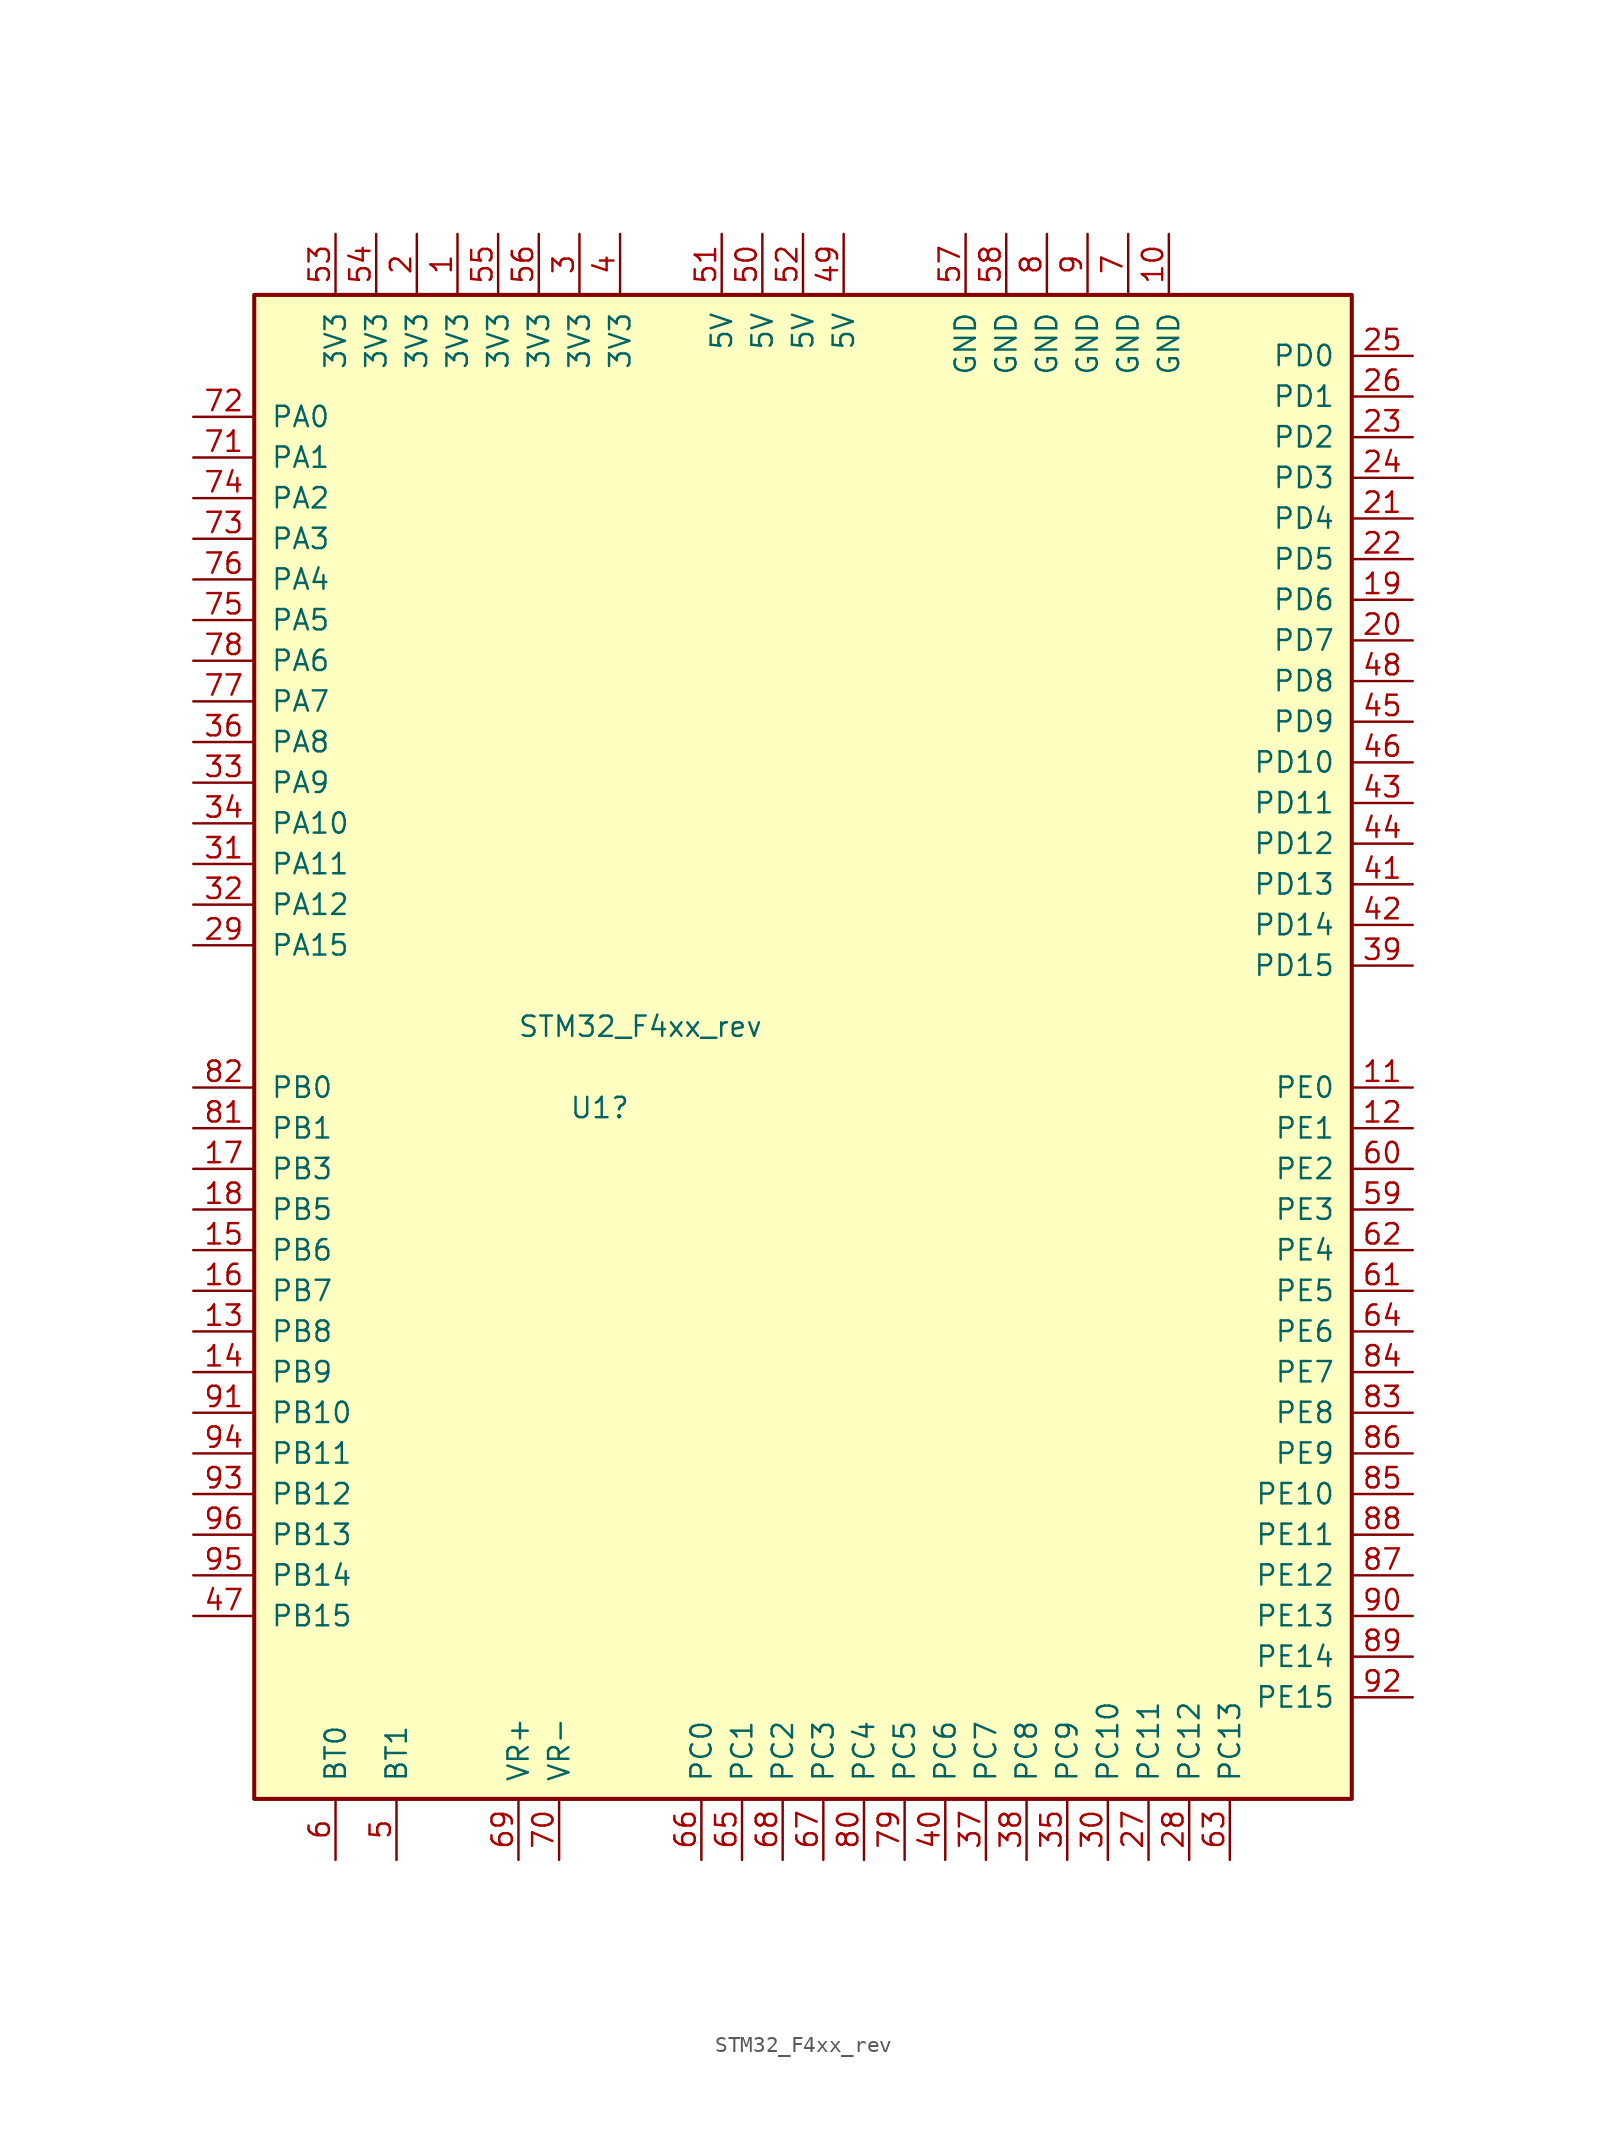
<source format=kicad_sym>
(kicad_symbol_lib
  (version 20220914)
  (generator kicad_symbol_editor)
  (symbol "STM32_F4xx_rev"
    (pin_names
      (offset 1.016))
    (property "Reference" "U1"
      (at -1.27 -3.81 0)
      (effects (font (size 1.27 1.27))))
    (property "Value" "STM32_F4xx_rev"
      (at 1.27 1.27 0)
      (effects (font (size 1.27 1.27))))
    (symbol "STM32_F4xx_rev_1_1"
      (rectangle (start -22.86 -46.99) (end 45.72 46.99) (stroke (width 0.254) (type solid)) (fill (type background)))
      (pin power_in line (at -10.16 50.8 270) (length 3.81) (name "3V3" (effects (font (size 1.27 1.27)))) (number "1" (effects (font (size 1.27 1.27)))))
      (pin power_in line (at 34.29 50.8 270) (length 3.81) (name "GND" (effects (font (size 1.27 1.27)))) (number "10" (effects (font (size 1.27 1.27)))))
      (pin bidirectional line (at 49.53 -2.54 180) (length 3.81) (name "PE0" (effects (font (size 1.27 1.27)))) (number "11" (effects (font (size 1.27 1.27)))))
      (pin bidirectional line (at 49.53 -5.08 180) (length 3.81) (name "PE1" (effects (font (size 1.27 1.27)))) (number "12" (effects (font (size 1.27 1.27)))))
      (pin bidirectional line (at -26.67 -17.78 0) (length 3.81) (name "PB8" (effects (font (size 1.27 1.27)))) (number "13" (effects (font (size 1.27 1.27)))))
      (pin bidirectional line (at -26.67 -20.32 0) (length 3.81) (name "PB9" (effects (font (size 1.27 1.27)))) (number "14" (effects (font (size 1.27 1.27)))))
      (pin bidirectional line (at -26.67 -12.7 0) (length 3.81) (name "PB6" (effects (font (size 1.27 1.27)))) (number "15" (effects (font (size 1.27 1.27)))))
      (pin bidirectional line (at -26.67 -15.24 0) (length 3.81) (name "PB7" (effects (font (size 1.27 1.27)))) (number "16" (effects (font (size 1.27 1.27)))))
      (pin bidirectional line (at -26.67 -7.62 0) (length 3.81) (name "PB3" (effects (font (size 1.27 1.27)))) (number "17" (effects (font (size 1.27 1.27)))))
      (pin bidirectional line (at -26.67 -10.16 0) (length 3.81) (name "PB5" (effects (font (size 1.27 1.27)))) (number "18" (effects (font (size 1.27 1.27)))))
      (pin bidirectional line (at 49.53 27.94 180) (length 3.81) (name "PD6" (effects (font (size 1.27 1.27)))) (number "19" (effects (font (size 1.27 1.27)))))
      (pin power_in line (at -12.7 50.8 270) (length 3.81) (name "3V3" (effects (font (size 1.27 1.27)))) (number "2" (effects (font (size 1.27 1.27)))))
      (pin bidirectional line (at 49.53 25.4 180) (length 3.81) (name "PD7" (effects (font (size 1.27 1.27)))) (number "20" (effects (font (size 1.27 1.27)))))
      (pin bidirectional line (at 49.53 33.02 180) (length 3.81) (name "PD4" (effects (font (size 1.27 1.27)))) (number "21" (effects (font (size 1.27 1.27)))))
      (pin bidirectional line (at 49.53 30.48 180) (length 3.81) (name "PD5" (effects (font (size 1.27 1.27)))) (number "22" (effects (font (size 1.27 1.27)))))
      (pin bidirectional line (at 49.53 38.1 180) (length 3.81) (name "PD2" (effects (font (size 1.27 1.27)))) (number "23" (effects (font (size 1.27 1.27)))))
      (pin bidirectional line (at 49.53 35.56 180) (length 3.81) (name "PD3" (effects (font (size 1.27 1.27)))) (number "24" (effects (font (size 1.27 1.27)))))
      (pin bidirectional line (at 49.53 43.18 180) (length 3.81) (name "PD0" (effects (font (size 1.27 1.27)))) (number "25" (effects (font (size 1.27 1.27)))))
      (pin bidirectional line (at 49.53 40.64 180) (length 3.81) (name "PD1" (effects (font (size 1.27 1.27)))) (number "26" (effects (font (size 1.27 1.27)))))
      (pin bidirectional line (at 33.02 -50.8 90) (length 3.81) (name "PC11" (effects (font (size 1.27 1.27)))) (number "27" (effects (font (size 1.27 1.27)))))
      (pin bidirectional line (at 35.56 -50.8 90) (length 3.81) (name "PC12" (effects (font (size 1.27 1.27)))) (number "28" (effects (font (size 1.27 1.27)))))
      (pin bidirectional line (at -26.67 6.35 0) (length 3.81) (name "PA15" (effects (font (size 1.27 1.27)))) (number "29" (effects (font (size 1.27 1.27)))))
      (pin power_in line (at -2.54 50.8 270) (length 3.81) (name "3V3" (effects (font (size 1.27 1.27)))) (number "3" (effects (font (size 1.27 1.27)))))
      (pin bidirectional line (at 30.48 -50.8 90) (length 3.81) (name "PC10" (effects (font (size 1.27 1.27)))) (number "30" (effects (font (size 1.27 1.27)))))
      (pin bidirectional line (at -26.67 11.43 0) (length 3.81) (name "PA11" (effects (font (size 1.27 1.27)))) (number "31" (effects (font (size 1.27 1.27)))))
      (pin bidirectional line (at -26.67 8.89 0) (length 3.81) (name "PA12" (effects (font (size 1.27 1.27)))) (number "32" (effects (font (size 1.27 1.27)))))
      (pin bidirectional line (at -26.67 16.51 0) (length 3.81) (name "PA9" (effects (font (size 1.27 1.27)))) (number "33" (effects (font (size 1.27 1.27)))))
      (pin bidirectional line (at -26.67 13.97 0) (length 3.81) (name "PA10" (effects (font (size 1.27 1.27)))) (number "34" (effects (font (size 1.27 1.27)))))
      (pin bidirectional line (at 27.94 -50.8 90) (length 3.81) (name "PC9" (effects (font (size 1.27 1.27)))) (number "35" (effects (font (size 1.27 1.27)))))
      (pin bidirectional line (at -26.67 19.05 0) (length 3.81) (name "PA8" (effects (font (size 1.27 1.27)))) (number "36" (effects (font (size 1.27 1.27)))))
      (pin bidirectional line (at 22.86 -50.8 90) (length 3.81) (name "PC7" (effects (font (size 1.27 1.27)))) (number "37" (effects (font (size 1.27 1.27)))))
      (pin bidirectional line (at 25.4 -50.8 90) (length 3.81) (name "PC8" (effects (font (size 1.27 1.27)))) (number "38" (effects (font (size 1.27 1.27)))))
      (pin bidirectional line (at 49.53 5.08 180) (length 3.81) (name "PD15" (effects (font (size 1.27 1.27)))) (number "39" (effects (font (size 1.27 1.27)))))
      (pin power_in line (at 0 50.8 270) (length 3.81) (name "3V3" (effects (font (size 1.27 1.27)))) (number "4" (effects (font (size 1.27 1.27)))))
      (pin bidirectional line (at 20.32 -50.8 90) (length 3.81) (name "PC6" (effects (font (size 1.27 1.27)))) (number "40" (effects (font (size 1.27 1.27)))))
      (pin bidirectional line (at 49.53 10.16 180) (length 3.81) (name "PD13" (effects (font (size 1.27 1.27)))) (number "41" (effects (font (size 1.27 1.27)))))
      (pin bidirectional line (at 49.53 7.62 180) (length 3.81) (name "PD14" (effects (font (size 1.27 1.27)))) (number "42" (effects (font (size 1.27 1.27)))))
      (pin bidirectional line (at 49.53 15.24 180) (length 3.81) (name "PD11" (effects (font (size 1.27 1.27)))) (number "43" (effects (font (size 1.27 1.27)))))
      (pin bidirectional line (at 49.53 12.7 180) (length 3.81) (name "PD12" (effects (font (size 1.27 1.27)))) (number "44" (effects (font (size 1.27 1.27)))))
      (pin bidirectional line (at 49.53 20.32 180) (length 3.81) (name "PD9" (effects (font (size 1.27 1.27)))) (number "45" (effects (font (size 1.27 1.27)))))
      (pin bidirectional line (at 49.53 17.78 180) (length 3.81) (name "PD10" (effects (font (size 1.27 1.27)))) (number "46" (effects (font (size 1.27 1.27)))))
      (pin bidirectional line (at -26.67 -35.56 0) (length 3.81) (name "PB15" (effects (font (size 1.27 1.27)))) (number "47" (effects (font (size 1.27 1.27)))))
      (pin bidirectional line (at 49.53 22.86 180) (length 3.81) (name "PD8" (effects (font (size 1.27 1.27)))) (number "48" (effects (font (size 1.27 1.27)))))
      (pin power_in line (at 13.97 50.8 270) (length 3.81) (name "5V" (effects (font (size 1.27 1.27)))) (number "49" (effects (font (size 1.27 1.27)))))
      (pin input line (at -13.97 -50.8 90) (length 3.81) (name "BT1" (effects (font (size 1.27 1.27)))) (number "5" (effects (font (size 1.27 1.27)))))
      (pin power_in line (at 8.89 50.8 270) (length 3.81) (name "5V" (effects (font (size 1.27 1.27)))) (number "50" (effects (font (size 1.27 1.27)))))
      (pin power_in line (at 6.35 50.8 270) (length 3.81) (name "5V" (effects (font (size 1.27 1.27)))) (number "51" (effects (font (size 1.27 1.27)))))
      (pin power_in line (at 11.43 50.8 270) (length 3.81) (name "5V" (effects (font (size 1.27 1.27)))) (number "52" (effects (font (size 1.27 1.27)))))
      (pin power_in line (at -17.78 50.8 270) (length 3.81) (name "3V3" (effects (font (size 1.27 1.27)))) (number "53" (effects (font (size 1.27 1.27)))))
      (pin power_in line (at -15.24 50.8 270) (length 3.81) (name "3V3" (effects (font (size 1.27 1.27)))) (number "54" (effects (font (size 1.27 1.27)))))
      (pin power_in line (at -7.62 50.8 270) (length 3.81) (name "3V3" (effects (font (size 1.27 1.27)))) (number "55" (effects (font (size 1.27 1.27)))))
      (pin power_in line (at -5.08 50.8 270) (length 3.81) (name "3V3" (effects (font (size 1.27 1.27)))) (number "56" (effects (font (size 1.27 1.27)))))
      (pin power_in line (at 21.59 50.8 270) (length 3.81) (name "GND" (effects (font (size 1.27 1.27)))) (number "57" (effects (font (size 1.27 1.27)))))
      (pin power_in line (at 24.13 50.8 270) (length 3.81) (name "GND" (effects (font (size 1.27 1.27)))) (number "58" (effects (font (size 1.27 1.27)))))
      (pin bidirectional line (at 49.53 -10.16 180) (length 3.81) (name "PE3" (effects (font (size 1.27 1.27)))) (number "59" (effects (font (size 1.27 1.27)))))
      (pin input line (at -17.78 -50.8 90) (length 3.81) (name "BT0" (effects (font (size 1.27 1.27)))) (number "6" (effects (font (size 1.27 1.27)))))
      (pin bidirectional line (at 49.53 -7.62 180) (length 3.81) (name "PE2" (effects (font (size 1.27 1.27)))) (number "60" (effects (font (size 1.27 1.27)))))
      (pin bidirectional line (at 49.53 -15.24 180) (length 3.81) (name "PE5" (effects (font (size 1.27 1.27)))) (number "61" (effects (font (size 1.27 1.27)))))
      (pin bidirectional line (at 49.53 -12.7 180) (length 3.81) (name "PE4" (effects (font (size 1.27 1.27)))) (number "62" (effects (font (size 1.27 1.27)))))
      (pin bidirectional line (at 38.1 -50.8 90) (length 3.81) (name "PC13" (effects (font (size 1.27 1.27)))) (number "63" (effects (font (size 1.27 1.27)))))
      (pin bidirectional line (at 49.53 -17.78 180) (length 3.81) (name "PE6" (effects (font (size 1.27 1.27)))) (number "64" (effects (font (size 1.27 1.27)))))
      (pin bidirectional line (at 7.62 -50.8 90) (length 3.81) (name "PC1" (effects (font (size 1.27 1.27)))) (number "65" (effects (font (size 1.27 1.27)))))
      (pin bidirectional line (at 5.08 -50.8 90) (length 3.81) (name "PC0" (effects (font (size 1.27 1.27)))) (number "66" (effects (font (size 1.27 1.27)))))
      (pin bidirectional line (at 12.7 -50.8 90) (length 3.81) (name "PC3" (effects (font (size 1.27 1.27)))) (number "67" (effects (font (size 1.27 1.27)))))
      (pin bidirectional line (at 10.16 -50.8 90) (length 3.81) (name "PC2" (effects (font (size 1.27 1.27)))) (number "68" (effects (font (size 1.27 1.27)))))
      (pin input line (at -6.35 -50.8 90) (length 3.81) (name "VR+" (effects (font (size 1.27 1.27)))) (number "69" (effects (font (size 1.27 1.27)))))
      (pin power_in line (at 31.75 50.8 270) (length 3.81) (name "GND" (effects (font (size 1.27 1.27)))) (number "7" (effects (font (size 1.27 1.27)))))
      (pin input line (at -3.81 -50.8 90) (length 3.81) (name "VR-" (effects (font (size 1.27 1.27)))) (number "70" (effects (font (size 1.27 1.27)))))
      (pin bidirectional line (at -26.67 36.83 0) (length 3.81) (name "PA1" (effects (font (size 1.27 1.27)))) (number "71" (effects (font (size 1.27 1.27)))))
      (pin bidirectional line (at -26.67 39.37 0) (length 3.81) (name "PA0" (effects (font (size 1.27 1.27)))) (number "72" (effects (font (size 1.27 1.27)))))
      (pin bidirectional line (at -26.67 31.75 0) (length 3.81) (name "PA3" (effects (font (size 1.27 1.27)))) (number "73" (effects (font (size 1.27 1.27)))))
      (pin bidirectional line (at -26.67 34.29 0) (length 3.81) (name "PA2" (effects (font (size 1.27 1.27)))) (number "74" (effects (font (size 1.27 1.27)))))
      (pin bidirectional line (at -26.67 26.67 0) (length 3.81) (name "PA5" (effects (font (size 1.27 1.27)))) (number "75" (effects (font (size 1.27 1.27)))))
      (pin bidirectional line (at -26.67 29.21 0) (length 3.81) (name "PA4" (effects (font (size 1.27 1.27)))) (number "76" (effects (font (size 1.27 1.27)))))
      (pin bidirectional line (at -26.67 21.59 0) (length 3.81) (name "PA7" (effects (font (size 1.27 1.27)))) (number "77" (effects (font (size 1.27 1.27)))))
      (pin bidirectional line (at -26.67 24.13 0) (length 3.81) (name "PA6" (effects (font (size 1.27 1.27)))) (number "78" (effects (font (size 1.27 1.27)))))
      (pin bidirectional line (at 17.78 -50.8 90) (length 3.81) (name "PC5" (effects (font (size 1.27 1.27)))) (number "79" (effects (font (size 1.27 1.27)))))
      (pin power_in line (at 26.67 50.8 270) (length 3.81) (name "GND" (effects (font (size 1.27 1.27)))) (number "8" (effects (font (size 1.27 1.27)))))
      (pin bidirectional line (at 15.24 -50.8 90) (length 3.81) (name "PC4" (effects (font (size 1.27 1.27)))) (number "80" (effects (font (size 1.27 1.27)))))
      (pin bidirectional line (at -26.67 -5.08 0) (length 3.81) (name "PB1" (effects (font (size 1.27 1.27)))) (number "81" (effects (font (size 1.27 1.27)))))
      (pin bidirectional line (at -26.67 -2.54 0) (length 3.81) (name "PB0" (effects (font (size 1.27 1.27)))) (number "82" (effects (font (size 1.27 1.27)))))
      (pin bidirectional line (at 49.53 -22.86 180) (length 3.81) (name "PE8" (effects (font (size 1.27 1.27)))) (number "83" (effects (font (size 1.27 1.27)))))
      (pin bidirectional line (at 49.53 -20.32 180) (length 3.81) (name "PE7" (effects (font (size 1.27 1.27)))) (number "84" (effects (font (size 1.27 1.27)))))
      (pin bidirectional line (at 49.53 -27.94 180) (length 3.81) (name "PE10" (effects (font (size 1.27 1.27)))) (number "85" (effects (font (size 1.27 1.27)))))
      (pin bidirectional line (at 49.53 -25.4 180) (length 3.81) (name "PE9" (effects (font (size 1.27 1.27)))) (number "86" (effects (font (size 1.27 1.27)))))
      (pin bidirectional line (at 49.53 -33.02 180) (length 3.81) (name "PE12" (effects (font (size 1.27 1.27)))) (number "87" (effects (font (size 1.27 1.27)))))
      (pin bidirectional line (at 49.53 -30.48 180) (length 3.81) (name "PE11" (effects (font (size 1.27 1.27)))) (number "88" (effects (font (size 1.27 1.27)))))
      (pin bidirectional line (at 49.53 -38.1 180) (length 3.81) (name "PE14" (effects (font (size 1.27 1.27)))) (number "89" (effects (font (size 1.27 1.27)))))
      (pin power_in line (at 29.21 50.8 270) (length 3.81) (name "GND" (effects (font (size 1.27 1.27)))) (number "9" (effects (font (size 1.27 1.27)))))
      (pin bidirectional line (at 49.53 -35.56 180) (length 3.81) (name "PE13" (effects (font (size 1.27 1.27)))) (number "90" (effects (font (size 1.27 1.27)))))
      (pin bidirectional line (at -26.67 -22.86 0) (length 3.81) (name "PB10" (effects (font (size 1.27 1.27)))) (number "91" (effects (font (size 1.27 1.27)))))
      (pin bidirectional line (at 49.53 -40.64 180) (length 3.81) (name "PE15" (effects (font (size 1.27 1.27)))) (number "92" (effects (font (size 1.27 1.27)))))
      (pin bidirectional line (at -26.67 -27.94 0) (length 3.81) (name "PB12" (effects (font (size 1.27 1.27)))) (number "93" (effects (font (size 1.27 1.27)))))
      (pin bidirectional line (at -26.67 -25.4 0) (length 3.81) (name "PB11" (effects (font (size 1.27 1.27)))) (number "94" (effects (font (size 1.27 1.27)))))
      (pin bidirectional line (at -26.67 -33.02 0) (length 3.81) (name "PB14" (effects (font (size 1.27 1.27)))) (number "95" (effects (font (size 1.27 1.27)))))
      (pin bidirectional line (at -26.67 -30.48 0) (length 3.81) (name "PB13" (effects (font (size 1.27 1.27)))) (number "96" (effects (font (size 1.27 1.27))))))))
</source>
